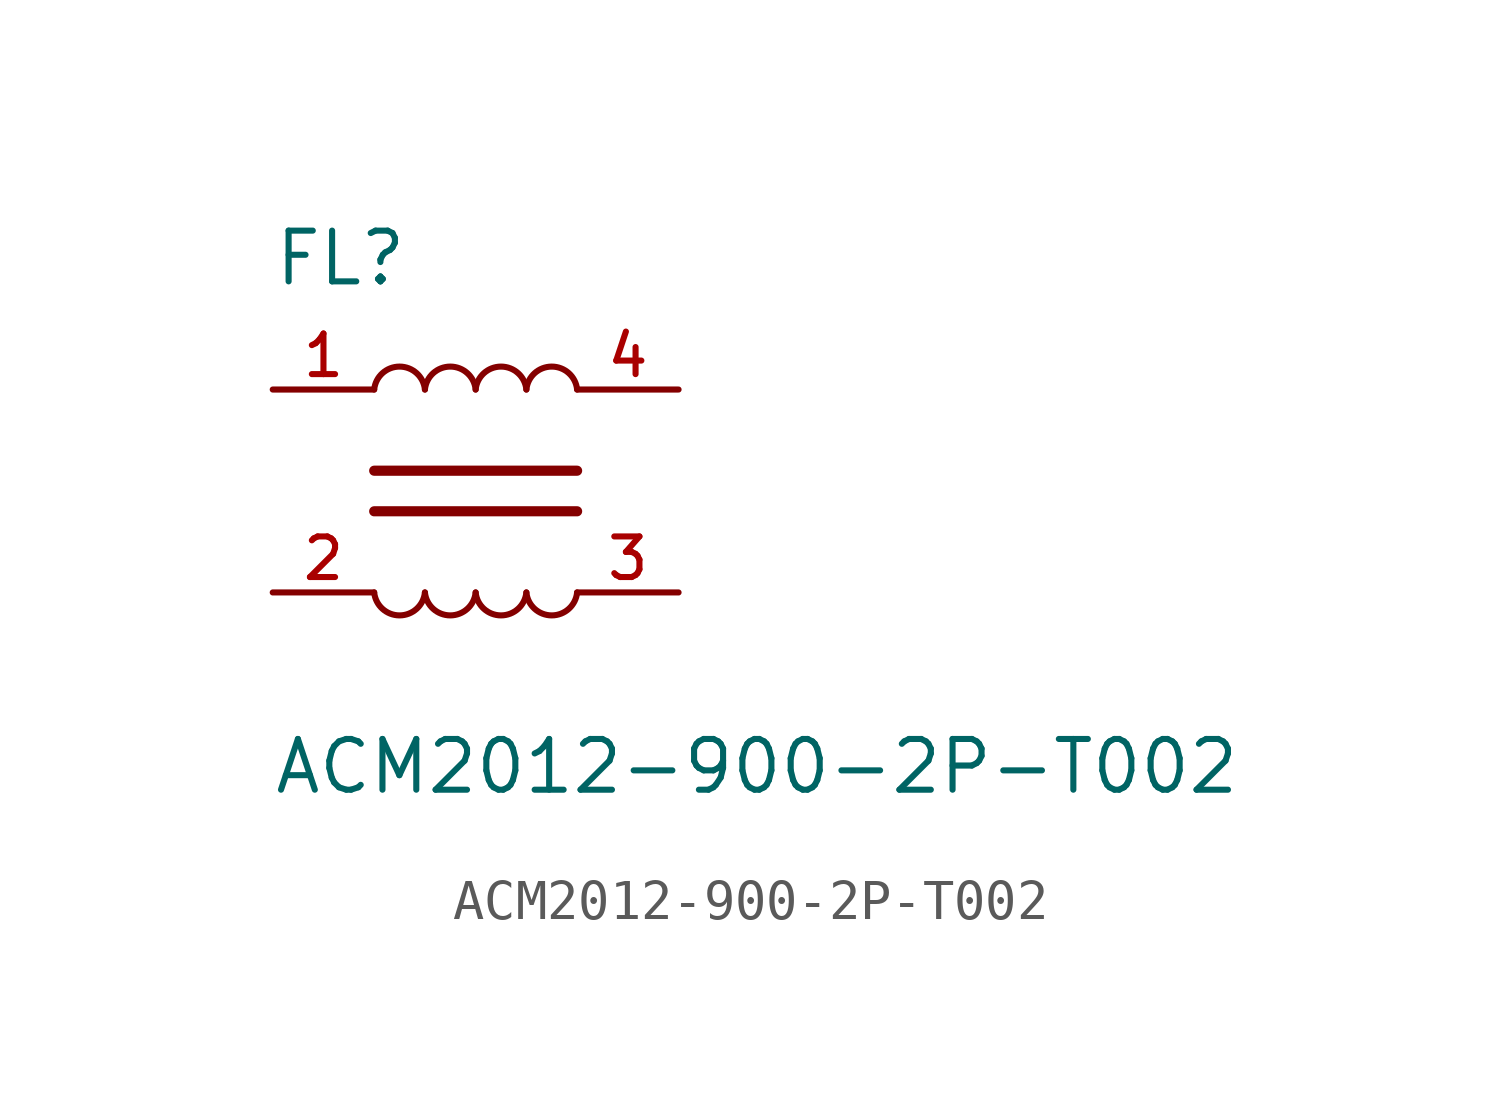
<source format=kicad_sym>
(kicad_symbol_lib
  (version 20211014)
  (generator kicad_symbol_editor)
  (symbol "ACM2012-900-2P-T002"
    (pin_names
      (offset 1.016))
    (property "Reference" "FL"
      (at -5.085 5.085 0)
      (effects (font (size 1.27 1.27)) (justify bottom left)))
    (property "Value" "ACM2012-900-2P-T002"
      (at -5.094 -7.641 0)
      (effects (font (size 1.27 1.27)) (justify bottom left)))
    (symbol "ACM2012-900-2P-T002_0_0"
      (arc (start -1.27 -2.54) (mid -1.9082 -3.1147) (end -2.54 -2.54) (stroke (width 0.1524) (type default) (color 0 0 0 0)) (fill (type none)))
      (arc (start 0.0 -2.54) (mid -0.6382 -3.1147) (end -1.27 -2.54) (stroke (width 0.1524) (type default) (color 0 0 0 0)) (fill (type none)))
      (arc (start 2.54 -2.54) (mid 1.9018 -3.1147) (end 1.27 -2.54) (stroke (width 0.1524) (type default) (color 0 0 0 0)) (fill (type none)))
      (arc (start 1.27 -2.54) (mid 0.6318 -3.1147) (end 0.0 -2.54) (stroke (width 0.1524) (type default) (color 0 0 0 0)) (fill (type none)))
      (polyline (pts (xy 2.54 0.508) (xy -2.54 0.508)) (stroke (width 0.254)))
      (arc (start 1.27 2.54) (mid 1.9082 3.1147) (end 2.54 2.54) (stroke (width 0.1524) (type default) (color 0 0 0 0)) (fill (type none)))
      (arc (start 0.0 2.54) (mid 0.6382 3.1147) (end 1.27 2.54) (stroke (width 0.1524) (type default) (color 0 0 0 0)) (fill (type none)))
      (arc (start -2.54 2.54) (mid -1.9018 3.1147) (end -1.27 2.54) (stroke (width 0.1524) (type default) (color 0 0 0 0)) (fill (type none)))
      (arc (start -1.27 2.54) (mid -0.6318 3.1147) (end 0.0 2.54) (stroke (width 0.1524) (type default) (color 0 0 0 0)) (fill (type none)))
      (polyline (pts (xy 2.54 -0.508) (xy -2.54 -0.508)) (stroke (width 0.254)))
      (pin passive line (at -5.08 -2.54 0) (length 2.54) (name "~" (effects (font (size 1.016 1.016)))) (number "2" (effects (font (size 1.016 1.016)))))
      (pin passive line (at 5.08 -2.54 180.0) (length 2.54) (name "~" (effects (font (size 1.016 1.016)))) (number "3" (effects (font (size 1.016 1.016)))))
      (pin passive line (at 5.08 2.54 180.0) (length 2.54) (name "~" (effects (font (size 1.016 1.016)))) (number "4" (effects (font (size 1.016 1.016)))))
      (pin passive line (at -5.08 2.54 0) (length 2.54) (name "~" (effects (font (size 1.016 1.016)))) (number "1" (effects (font (size 1.016 1.016))))))))
</source>
